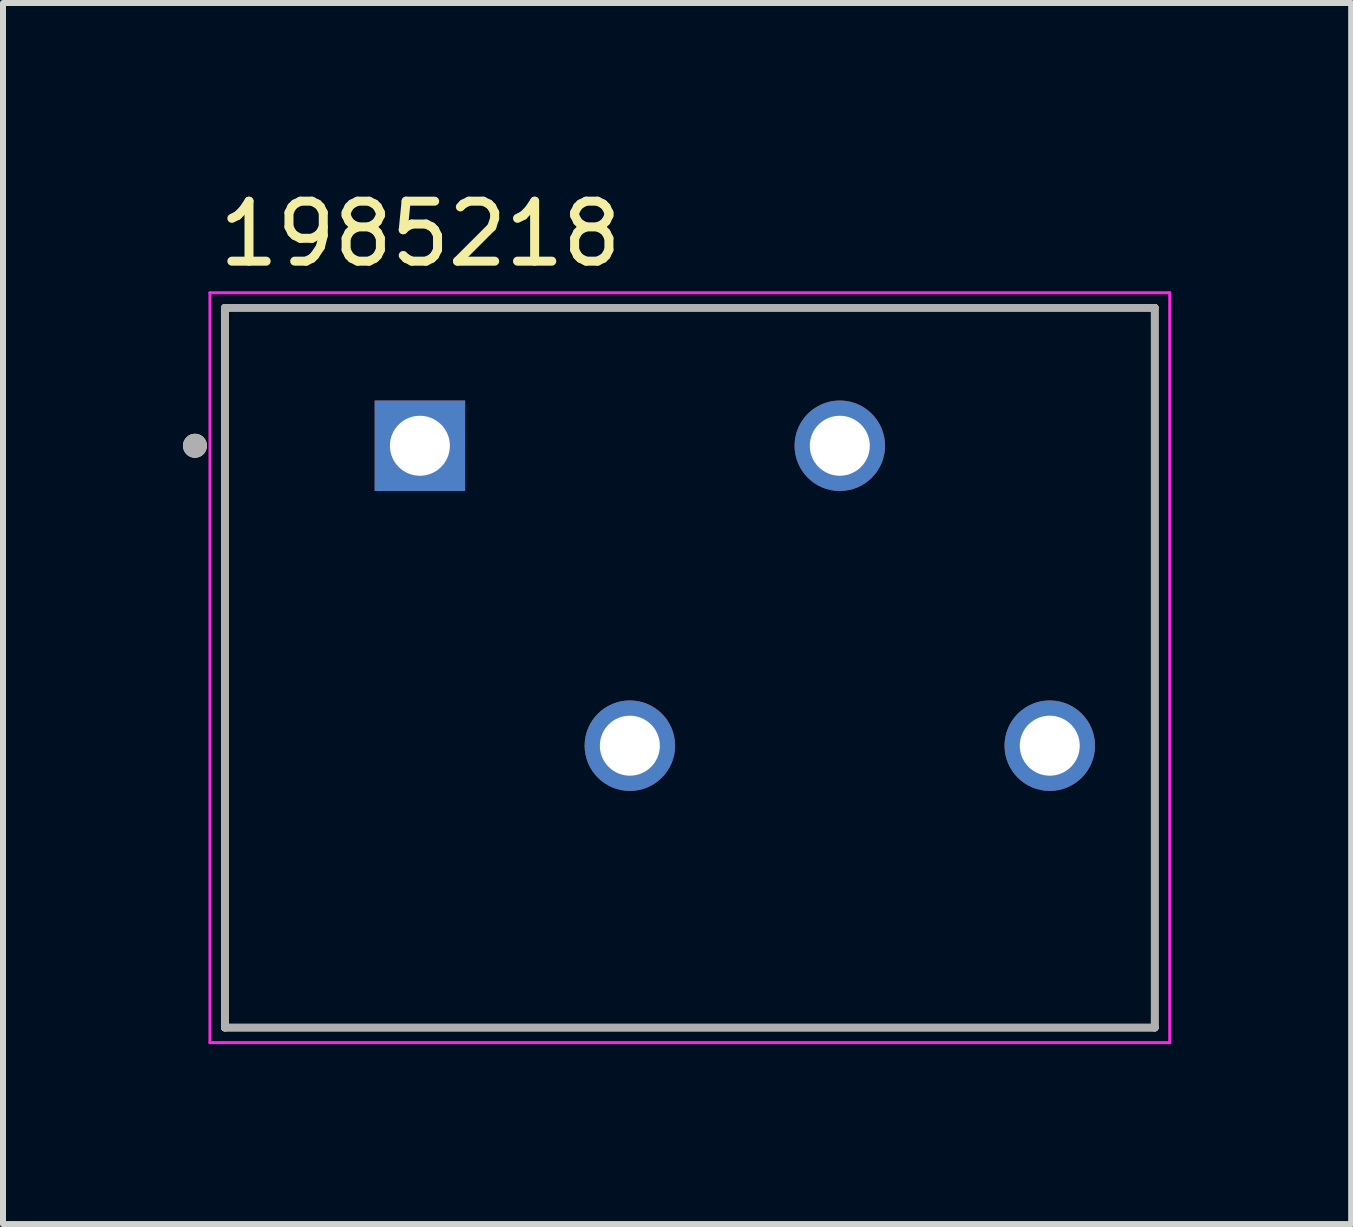
<source format=kicad_pcb>
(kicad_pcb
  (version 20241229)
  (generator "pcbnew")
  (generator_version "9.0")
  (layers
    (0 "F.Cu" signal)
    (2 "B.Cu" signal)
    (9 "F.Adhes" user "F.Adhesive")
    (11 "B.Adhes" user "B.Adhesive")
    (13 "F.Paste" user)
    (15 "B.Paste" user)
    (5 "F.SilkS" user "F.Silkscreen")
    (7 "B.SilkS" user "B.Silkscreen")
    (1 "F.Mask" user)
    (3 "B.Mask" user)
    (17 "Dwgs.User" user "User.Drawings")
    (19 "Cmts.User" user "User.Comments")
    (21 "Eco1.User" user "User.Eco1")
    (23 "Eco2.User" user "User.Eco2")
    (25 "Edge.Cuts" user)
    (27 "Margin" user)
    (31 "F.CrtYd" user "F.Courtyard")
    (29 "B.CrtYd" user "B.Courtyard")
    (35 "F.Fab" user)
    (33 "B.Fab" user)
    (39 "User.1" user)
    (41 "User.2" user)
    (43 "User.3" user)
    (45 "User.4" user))
  (footprint "1985218"
    (layer "F.Cu")
    (at 8.45 8.081)
    (property "Reference" "1985218" (at -4.492 -7.232 0) (layer "F.SilkS") (effects (font (size 1 1) (thickness 0.15))))
    (attr through_hole)
    (fp_line (start -7.75 -6) (end 7.75 -6) (stroke (width 0.127) (type solid)) (layer "F.SilkS"))
    (fp_line (start -7.75 6) (end -7.75 -6) (stroke (width 0.127) (type solid)) (layer "F.SilkS"))
    (fp_line (start 7.75 -6) (end 7.75 6) (stroke (width 0.127) (type solid)) (layer "F.SilkS"))
    (fp_line (start 7.75 6) (end -7.75 6) (stroke (width 0.127) (type solid)) (layer "F.SilkS"))
    (fp_circle (center -8.25 -3.7) (end -8.15 -3.7) (stroke (width 0.2) (type solid)) (fill no) (layer "F.SilkS"))
    (fp_line (start -8 -6.25) (end 8 -6.25) (stroke (width 0.05) (type solid)) (layer "F.CrtYd"))
    (fp_line (start -8 6.25) (end -8 -6.25) (stroke (width 0.05) (type solid)) (layer "F.CrtYd"))
    (fp_line (start 8 -6.25) (end 8 6.25) (stroke (width 0.05) (type solid)) (layer "F.CrtYd"))
    (fp_line (start 8 6.25) (end -8 6.25) (stroke (width 0.05) (type solid)) (layer "F.CrtYd"))
    (fp_line (start -7.75 -6) (end 7.75 -6) (stroke (width 0.127) (type solid)) (layer "F.Fab"))
    (fp_line (start -7.75 6) (end -7.75 -6) (stroke (width 0.127) (type solid)) (layer "F.Fab"))
    (fp_line (start 7.75 -6) (end 7.75 6) (stroke (width 0.127) (type solid)) (layer "F.Fab"))
    (fp_line (start 7.75 6) (end -7.75 6) (stroke (width 0.127) (type solid)) (layer "F.Fab"))
    (fp_circle (center -8.25 -3.7) (end -8.15 -3.7) (stroke (width 0.2) (type solid)) (fill no) (layer "F.Fab"))
    (pad "1" thru_hole rect (at -4.5 -3.7) (size 1.508 1.508) (drill 1) (layers "*.Cu" "*.Mask"))
    (pad "2" thru_hole circle (at -1 1.3) (size 1.508 1.508) (drill 1) (layers "*.Cu" "*.Mask"))
    (pad "3" thru_hole circle (at 2.5 -3.7) (size 1.508 1.508) (drill 1) (layers "*.Cu" "*.Mask"))
    (pad "4" thru_hole circle (at 6 1.3) (size 1.508 1.508) (drill 1) (layers "*.Cu" "*.Mask")))
  (gr_rect
    (start -3 -3)
    (end 19.475 17.356)
    (stroke (width 0.1) (type default))
    (fill no)
    (layer "Edge.Cuts")))
</source>
